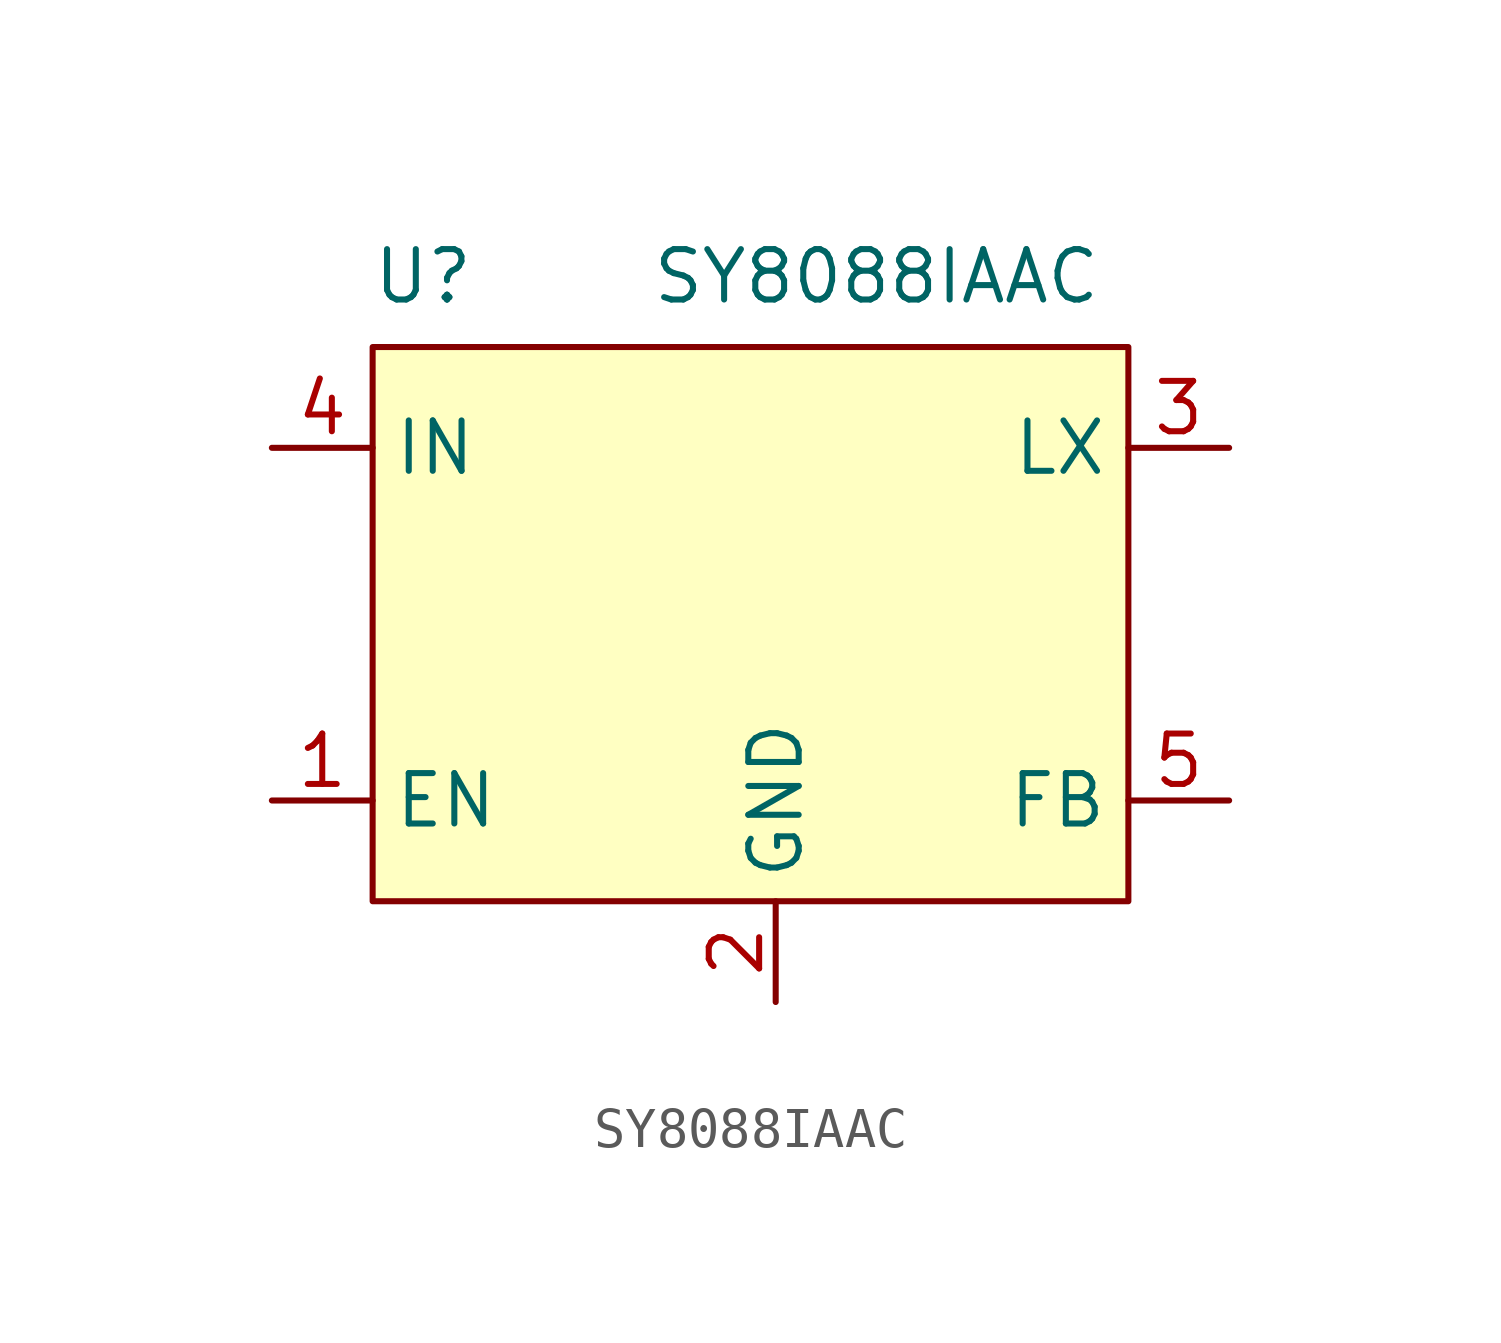
<source format=kicad_sym>
(kicad_symbol_lib
  (version 20231120)
  (generator "kicad_symbol_editor")
  (generator_version "8.0")
  (symbol "SY8088IAAC"
    (property "Reference" "U"
      (at 1.27 1.778 0)
      (effects (font (size 1.27 1.27))))
    (property "Value" "SY8088IAAC"
      (at 12.7 1.778 0)
      (effects (font (size 1.27 1.27))))
    (symbol "SY8088IAAC_1_1"
      (rectangle (start 0 0) (end 19.05 -13.97) (stroke (width 0) (type default)) (fill (type background)))
      (pin input line (at -2.54 -11.43 0) (length 2.54) (name "EN" (effects (font (size 1.27 1.27)))) (number "1" (effects (font (size 1.27 1.27)))))
      (pin power_in line (at 10.16 -16.51 90) (length 2.54) (name "GND" (effects (font (size 1.27 1.27)))) (number "2" (effects (font (size 1.27 1.27)))))
      (pin unspecified line (at 21.59 -2.54 180) (length 2.54) (name "LX" (effects (font (size 1.27 1.27)))) (number "3" (effects (font (size 1.27 1.27)))))
      (pin power_in line (at -2.54 -2.54 0) (length 2.54) (name "IN" (effects (font (size 1.27 1.27)))) (number "4" (effects (font (size 1.27 1.27)))))
      (pin input line (at 21.59 -11.43 180) (length 2.54) (name "FB" (effects (font (size 1.27 1.27)))) (number "5" (effects (font (size 1.27 1.27))))))))
</source>
